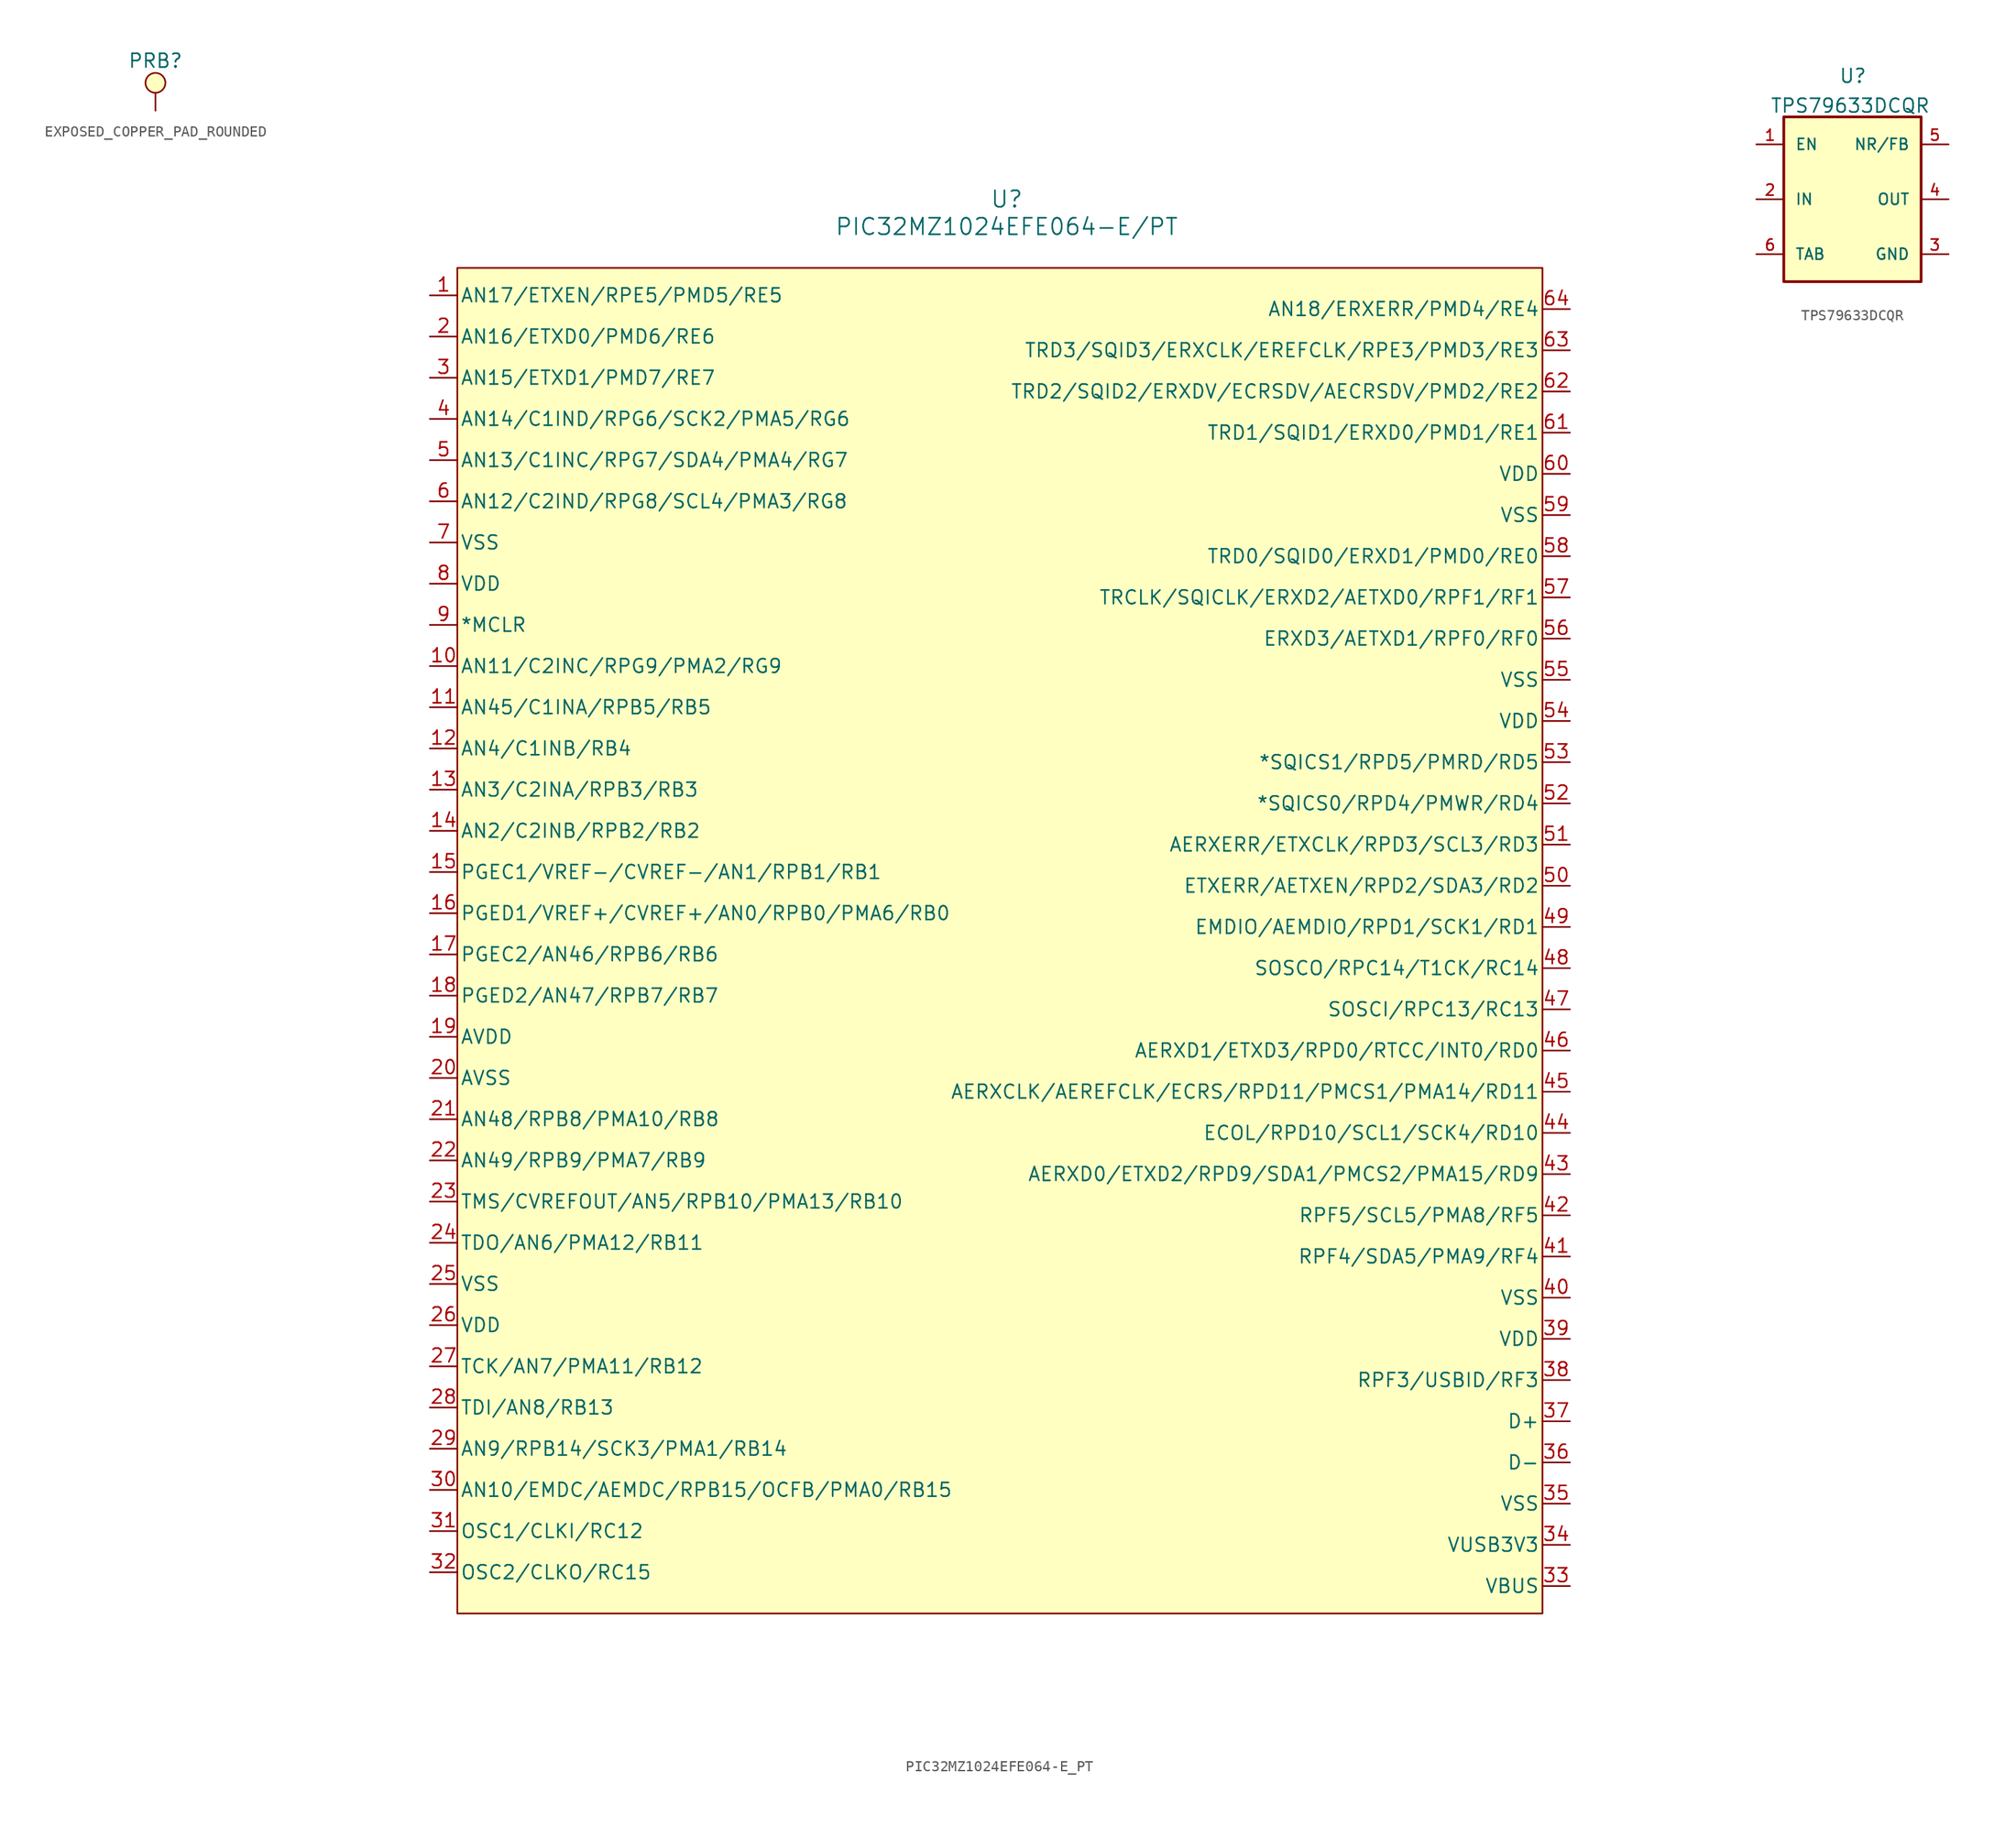
<source format=kicad_sym>
(kicad_symbol_lib
  (version 20241209)
  (generator "kicad_symbol_editor")
  (generator_version "9.0")
  (symbol "EXPOSED_COPPER_PAD_ROUNDED"
    (power)
    (property "Reference" "PRB"
      (at 0 2.032 0)
      (effects (font (size 1.27 1.27))))
    (property "Value" ""
      (at 0 0 0)
      (effects (font (size 1.27 1.27))))
    (symbol "EXPOSED_COPPER_PAD_ROUNDED_0_1"
      (circle (center 0 0) (radius 0.916) (stroke (width 0) (type default)) (fill (type background)))
      (polyline (pts (xy 0 -1.016) (xy 0 -2.54)) (stroke (width 0) (type default)) (fill (type none))))
    (symbol "EXPOSED_COPPER_PAD_ROUNDED_1_1"
      (pin passive line (at 0 -2.54 180) (length 0) (name "" (effects (font (size 1.27 1.27)))) (number "" (effects (font (size 1.27 1.27)))))))
  (symbol "PIC32MZ1024EFE064-E_PT"
    (pin_names
      (offset 0.254))
    (property "Reference" "U"
      (at 2.54 67.31 0)
      (effects (font (size 1.524 1.524))))
    (property "Value" "PIC32MZ1024EFE064-E/PT"
      (at 2.54 64.77 0)
      (effects (font (size 1.524 1.524))))
    (property "ki_locked" ""
      (at 0 0 0)
      (effects (font (size 1.27 1.27))))
    (symbol "PIC32MZ1024EFE064-E_PT_0_1"
      (pin bidirectional line (at -50.8 54.61 0) (length 2.54) (name "AN16/ETXD0/PMD6/RE6" (effects (font (size 1.27 1.27)))) (number "2" (effects (font (size 1.27 1.27)))))
      (pin bidirectional line (at -50.8 50.8 0) (length 2.54) (name "AN15/ETXD1/PMD7/RE7" (effects (font (size 1.27 1.27)))) (number "3" (effects (font (size 1.27 1.27)))))
      (pin bidirectional line (at -50.8 46.99 0) (length 2.54) (name "AN14/C1IND/RPG6/SCK2/PMA5/RG6" (effects (font (size 1.27 1.27)))) (number "4" (effects (font (size 1.27 1.27)))))
      (pin bidirectional line (at -50.8 43.18 0) (length 2.54) (name "AN13/C1INC/RPG7/SDA4/PMA4/RG7" (effects (font (size 1.27 1.27)))) (number "5" (effects (font (size 1.27 1.27)))))
      (pin bidirectional line (at -50.8 39.37 0) (length 2.54) (name "AN12/C2IND/RPG8/SCL4/PMA3/RG8" (effects (font (size 1.27 1.27)))) (number "6" (effects (font (size 1.27 1.27)))))
      (pin power_out line (at -50.8 35.56 0) (length 2.54) (name "VSS" (effects (font (size 1.27 1.27)))) (number "7" (effects (font (size 1.27 1.27)))))
      (pin power_in line (at -50.8 31.75 0) (length 2.54) (name "VDD" (effects (font (size 1.27 1.27)))) (number "8" (effects (font (size 1.27 1.27)))))
      (pin input line (at -50.8 27.94 0) (length 2.54) (name "*MCLR" (effects (font (size 1.27 1.27)))) (number "9" (effects (font (size 1.27 1.27)))))
      (pin bidirectional line (at -50.8 24.13 0) (length 2.54) (name "AN11/C2INC/RPG9/PMA2/RG9" (effects (font (size 1.27 1.27)))) (number "10" (effects (font (size 1.27 1.27)))))
      (pin bidirectional line (at -50.8 20.32 0) (length 2.54) (name "AN45/C1INA/RPB5/RB5" (effects (font (size 1.27 1.27)))) (number "11" (effects (font (size 1.27 1.27)))))
      (pin bidirectional line (at -50.8 16.51 0) (length 2.54) (name "AN4/C1INB/RB4" (effects (font (size 1.27 1.27)))) (number "12" (effects (font (size 1.27 1.27)))))
      (pin bidirectional line (at -50.8 12.7 0) (length 2.54) (name "AN3/C2INA/RPB3/RB3" (effects (font (size 1.27 1.27)))) (number "13" (effects (font (size 1.27 1.27)))))
      (pin bidirectional line (at -50.8 8.89 0) (length 2.54) (name "AN2/C2INB/RPB2/RB2" (effects (font (size 1.27 1.27)))) (number "14" (effects (font (size 1.27 1.27)))))
      (pin bidirectional line (at -50.8 5.08 0) (length 2.54) (name "PGEC1/VREF-/CVREF-/AN1/RPB1/RB1" (effects (font (size 1.27 1.27)))) (number "15" (effects (font (size 1.27 1.27)))))
      (pin bidirectional line (at -50.8 1.27 0) (length 2.54) (name "PGED1/VREF+/CVREF+/AN0/RPB0/PMA6/RB0" (effects (font (size 1.27 1.27)))) (number "16" (effects (font (size 1.27 1.27)))))
      (pin bidirectional line (at -50.8 -2.54 0) (length 2.54) (name "PGEC2/AN46/RPB6/RB6" (effects (font (size 1.27 1.27)))) (number "17" (effects (font (size 1.27 1.27)))))
      (pin bidirectional line (at -50.8 -6.35 0) (length 2.54) (name "PGED2/AN47/RPB7/RB7" (effects (font (size 1.27 1.27)))) (number "18" (effects (font (size 1.27 1.27)))))
      (pin power_in line (at -50.8 -10.16 0) (length 2.54) (name "AVDD" (effects (font (size 1.27 1.27)))) (number "19" (effects (font (size 1.27 1.27)))))
      (pin power_out line (at -50.8 -13.97 0) (length 2.54) (name "AVSS" (effects (font (size 1.27 1.27)))) (number "20" (effects (font (size 1.27 1.27)))))
      (pin bidirectional line (at -50.8 -17.78 0) (length 2.54) (name "AN48/RPB8/PMA10/RB8" (effects (font (size 1.27 1.27)))) (number "21" (effects (font (size 1.27 1.27)))))
      (pin bidirectional line (at -50.8 -21.59 0) (length 2.54) (name "AN49/RPB9/PMA7/RB9" (effects (font (size 1.27 1.27)))) (number "22" (effects (font (size 1.27 1.27)))))
      (pin bidirectional line (at -50.8 -25.4 0) (length 2.54) (name "TMS/CVREFOUT/AN5/RPB10/PMA13/RB10" (effects (font (size 1.27 1.27)))) (number "23" (effects (font (size 1.27 1.27)))))
      (pin bidirectional line (at -50.8 -29.21 0) (length 2.54) (name "TDO/AN6/PMA12/RB11" (effects (font (size 1.27 1.27)))) (number "24" (effects (font (size 1.27 1.27)))))
      (pin power_out line (at -50.8 -33.02 0) (length 2.54) (name "VSS" (effects (font (size 1.27 1.27)))) (number "25" (effects (font (size 1.27 1.27)))))
      (pin power_in line (at -50.8 -36.83 0) (length 2.54) (name "VDD" (effects (font (size 1.27 1.27)))) (number "26" (effects (font (size 1.27 1.27)))))
      (pin bidirectional line (at -50.8 -40.64 0) (length 2.54) (name "TCK/AN7/PMA11/RB12" (effects (font (size 1.27 1.27)))) (number "27" (effects (font (size 1.27 1.27)))))
      (pin bidirectional line (at -50.8 -44.45 0) (length 2.54) (name "TDI/AN8/RB13" (effects (font (size 1.27 1.27)))) (number "28" (effects (font (size 1.27 1.27)))))
      (pin bidirectional line (at -50.8 -48.26 0) (length 2.54) (name "AN9/RPB14/SCK3/PMA1/RB14" (effects (font (size 1.27 1.27)))) (number "29" (effects (font (size 1.27 1.27)))))
      (pin bidirectional line (at -50.8 -52.07 0) (length 2.54) (name "AN10/EMDC/AEMDC/RPB15/OCFB/PMA0/RB15" (effects (font (size 1.27 1.27)))) (number "30" (effects (font (size 1.27 1.27)))))
      (pin bidirectional line (at -50.8 -55.88 0) (length 2.54) (name "OSC1/CLKI/RC12" (effects (font (size 1.27 1.27)))) (number "31" (effects (font (size 1.27 1.27)))))
      (pin bidirectional line (at -50.8 -59.69 0) (length 2.54) (name "OSC2/CLKO/RC15" (effects (font (size 1.27 1.27)))) (number "32" (effects (font (size 1.27 1.27)))))
      (pin bidirectional line (at 54.61 57.15 180) (length 2.54) (name "AN18/ERXERR/PMD4/RE4" (effects (font (size 1.27 1.27)))) (number "64" (effects (font (size 1.27 1.27)))))
      (pin bidirectional line (at 54.61 53.34 180) (length 2.54) (name "TRD3/SQID3/ERXCLK/EREFCLK/RPE3/PMD3/RE3" (effects (font (size 1.27 1.27)))) (number "63" (effects (font (size 1.27 1.27)))))
      (pin bidirectional line (at 54.61 49.53 180) (length 2.54) (name "TRD2/SQID2/ERXDV/ECRSDV/AECRSDV/PMD2/RE2" (effects (font (size 1.27 1.27)))) (number "62" (effects (font (size 1.27 1.27)))))
      (pin bidirectional line (at 54.61 45.72 180) (length 2.54) (name "TRD1/SQID1/ERXD0/PMD1/RE1" (effects (font (size 1.27 1.27)))) (number "61" (effects (font (size 1.27 1.27)))))
      (pin power_in line (at 54.61 41.91 180) (length 2.54) (name "VDD" (effects (font (size 1.27 1.27)))) (number "60" (effects (font (size 1.27 1.27)))))
      (pin power_out line (at 54.61 38.1 180) (length 2.54) (name "VSS" (effects (font (size 1.27 1.27)))) (number "59" (effects (font (size 1.27 1.27)))))
      (pin bidirectional line (at 54.61 34.29 180) (length 2.54) (name "TRD0/SQID0/ERXD1/PMD0/RE0" (effects (font (size 1.27 1.27)))) (number "58" (effects (font (size 1.27 1.27)))))
      (pin bidirectional line (at 54.61 30.48 180) (length 2.54) (name "TRCLK/SQICLK/ERXD2/AETXD0/RPF1/RF1" (effects (font (size 1.27 1.27)))) (number "57" (effects (font (size 1.27 1.27)))))
      (pin bidirectional line (at 54.61 26.67 180) (length 2.54) (name "ERXD3/AETXD1/RPF0/RF0" (effects (font (size 1.27 1.27)))) (number "56" (effects (font (size 1.27 1.27)))))
      (pin power_out line (at 54.61 22.86 180) (length 2.54) (name "VSS" (effects (font (size 1.27 1.27)))) (number "55" (effects (font (size 1.27 1.27)))))
      (pin power_in line (at 54.61 19.05 180) (length 2.54) (name "VDD" (effects (font (size 1.27 1.27)))) (number "54" (effects (font (size 1.27 1.27)))))
      (pin bidirectional line (at 54.61 15.24 180) (length 2.54) (name "*SQICS1/RPD5/PMRD/RD5" (effects (font (size 1.27 1.27)))) (number "53" (effects (font (size 1.27 1.27)))))
      (pin bidirectional line (at 54.61 11.43 180) (length 2.54) (name "*SQICS0/RPD4/PMWR/RD4" (effects (font (size 1.27 1.27)))) (number "52" (effects (font (size 1.27 1.27)))))
      (pin bidirectional line (at 54.61 7.62 180) (length 2.54) (name "AERXERR/ETXCLK/RPD3/SCL3/RD3" (effects (font (size 1.27 1.27)))) (number "51" (effects (font (size 1.27 1.27)))))
      (pin bidirectional line (at 54.61 3.81 180) (length 2.54) (name "ETXERR/AETXEN/RPD2/SDA3/RD2" (effects (font (size 1.27 1.27)))) (number "50" (effects (font (size 1.27 1.27)))))
      (pin bidirectional line (at 54.61 0 180) (length 2.54) (name "EMDIO/AEMDIO/RPD1/SCK1/RD1" (effects (font (size 1.27 1.27)))) (number "49" (effects (font (size 1.27 1.27)))))
      (pin bidirectional line (at 54.61 -3.81 180) (length 2.54) (name "SOSCO/RPC14/T1CK/RC14" (effects (font (size 1.27 1.27)))) (number "48" (effects (font (size 1.27 1.27)))))
      (pin bidirectional line (at 54.61 -7.62 180) (length 2.54) (name "SOSCI/RPC13/RC13" (effects (font (size 1.27 1.27)))) (number "47" (effects (font (size 1.27 1.27)))))
      (pin bidirectional line (at 54.61 -11.43 180) (length 2.54) (name "AERXD1/ETXD3/RPD0/RTCC/INT0/RD0" (effects (font (size 1.27 1.27)))) (number "46" (effects (font (size 1.27 1.27)))))
      (pin bidirectional line (at 54.61 -15.24 180) (length 2.54) (name "AERXCLK/AEREFCLK/ECRS/RPD11/PMCS1/PMA14/RD11" (effects (font (size 1.27 1.27)))) (number "45" (effects (font (size 1.27 1.27)))))
      (pin bidirectional line (at 54.61 -19.05 180) (length 2.54) (name "ECOL/RPD10/SCL1/SCK4/RD10" (effects (font (size 1.27 1.27)))) (number "44" (effects (font (size 1.27 1.27)))))
      (pin bidirectional line (at 54.61 -22.86 180) (length 2.54) (name "AERXD0/ETXD2/RPD9/SDA1/PMCS2/PMA15/RD9" (effects (font (size 1.27 1.27)))) (number "43" (effects (font (size 1.27 1.27)))))
      (pin bidirectional line (at 54.61 -26.67 180) (length 2.54) (name "RPF5/SCL5/PMA8/RF5" (effects (font (size 1.27 1.27)))) (number "42" (effects (font (size 1.27 1.27)))))
      (pin bidirectional line (at 54.61 -30.48 180) (length 2.54) (name "RPF4/SDA5/PMA9/RF4" (effects (font (size 1.27 1.27)))) (number "41" (effects (font (size 1.27 1.27)))))
      (pin power_out line (at 54.61 -34.29 180) (length 2.54) (name "VSS" (effects (font (size 1.27 1.27)))) (number "40" (effects (font (size 1.27 1.27)))))
      (pin power_in line (at 54.61 -38.1 180) (length 2.54) (name "VDD" (effects (font (size 1.27 1.27)))) (number "39" (effects (font (size 1.27 1.27)))))
      (pin bidirectional line (at 54.61 -41.91 180) (length 2.54) (name "RPF3/USBID/RF3" (effects (font (size 1.27 1.27)))) (number "38" (effects (font (size 1.27 1.27)))))
      (pin bidirectional line (at 54.61 -45.72 180) (length 2.54) (name "D+" (effects (font (size 1.27 1.27)))) (number "37" (effects (font (size 1.27 1.27)))))
      (pin bidirectional line (at 54.61 -49.53 180) (length 2.54) (name "D-" (effects (font (size 1.27 1.27)))) (number "36" (effects (font (size 1.27 1.27)))))
      (pin power_out line (at 54.61 -53.34 180) (length 2.54) (name "VSS" (effects (font (size 1.27 1.27)))) (number "35" (effects (font (size 1.27 1.27)))))
      (pin power_in line (at 54.61 -57.15 180) (length 2.54) (name "VUSB3V3" (effects (font (size 1.27 1.27)))) (number "34" (effects (font (size 1.27 1.27)))))
      (pin power_in line (at 54.61 -60.96 180) (length 2.54) (name "VBUS" (effects (font (size 1.27 1.27)))) (number "33" (effects (font (size 1.27 1.27))))))
    (symbol "PIC32MZ1024EFE064-E_PT_1_1"
      (rectangle (start -48.26 60.96) (end 52.07 -63.5) (stroke (width 0) (type default)) (fill (type background)))
      (pin bidirectional line (at -50.8 58.42 0) (length 2.54) (name "AN17/ETXEN/RPE5/PMD5/RE5" (effects (font (size 1.27 1.27)))) (number "1" (effects (font (size 1.27 1.27)))))))
  (symbol "TPS79633DCQR"
    (pin_names
      (offset 1.016))
    (property "Reference" "U"
      (at -1.27 10.668 0)
      (effects (font (size 1.27 1.27)) (justify left bottom)))
    (property "Value" "TPS79633DCQR"
      (at -7.62 9.398 0)
      (effects (font (size 1.27 1.27)) (justify left top)))
    (symbol "TPS79633DCQR_0_0"
      (rectangle (start -6.35 7.62) (end 6.35 -7.62) (stroke (width 0.254) (type default)) (fill (type background)))
      (pin input line (at -8.89 5.08 0) (length 2.54) (name "EN" (effects (font (size 1.016 1.016)))) (number "1" (effects (font (size 1.016 1.016)))))
      (pin input line (at -8.89 0 0) (length 2.54) (name "IN" (effects (font (size 1.016 1.016)))) (number "2" (effects (font (size 1.016 1.016)))))
      (pin output line (at 8.89 0 180) (length 2.54) (name "OUT" (effects (font (size 1.016 1.016)))) (number "4" (effects (font (size 1.016 1.016))))))
    (symbol "TPS79633DCQR_1_0"
      (pin power_in line (at -8.89 -5.08 0) (length 2.54) (name "TAB" (effects (font (size 1.016 1.016)))) (number "6" (effects (font (size 1.016 1.016)))))
      (pin bidirectional line (at 8.89 5.08 180) (length 2.54) (name "NR/FB" (effects (font (size 1.016 1.016)))) (number "5" (effects (font (size 1.016 1.016)))))
      (pin power_in line (at 8.89 -5.08 180) (length 2.54) (name "GND" (effects (font (size 1.016 1.016)))) (number "3" (effects (font (size 1.016 1.016))))))))
</source>
